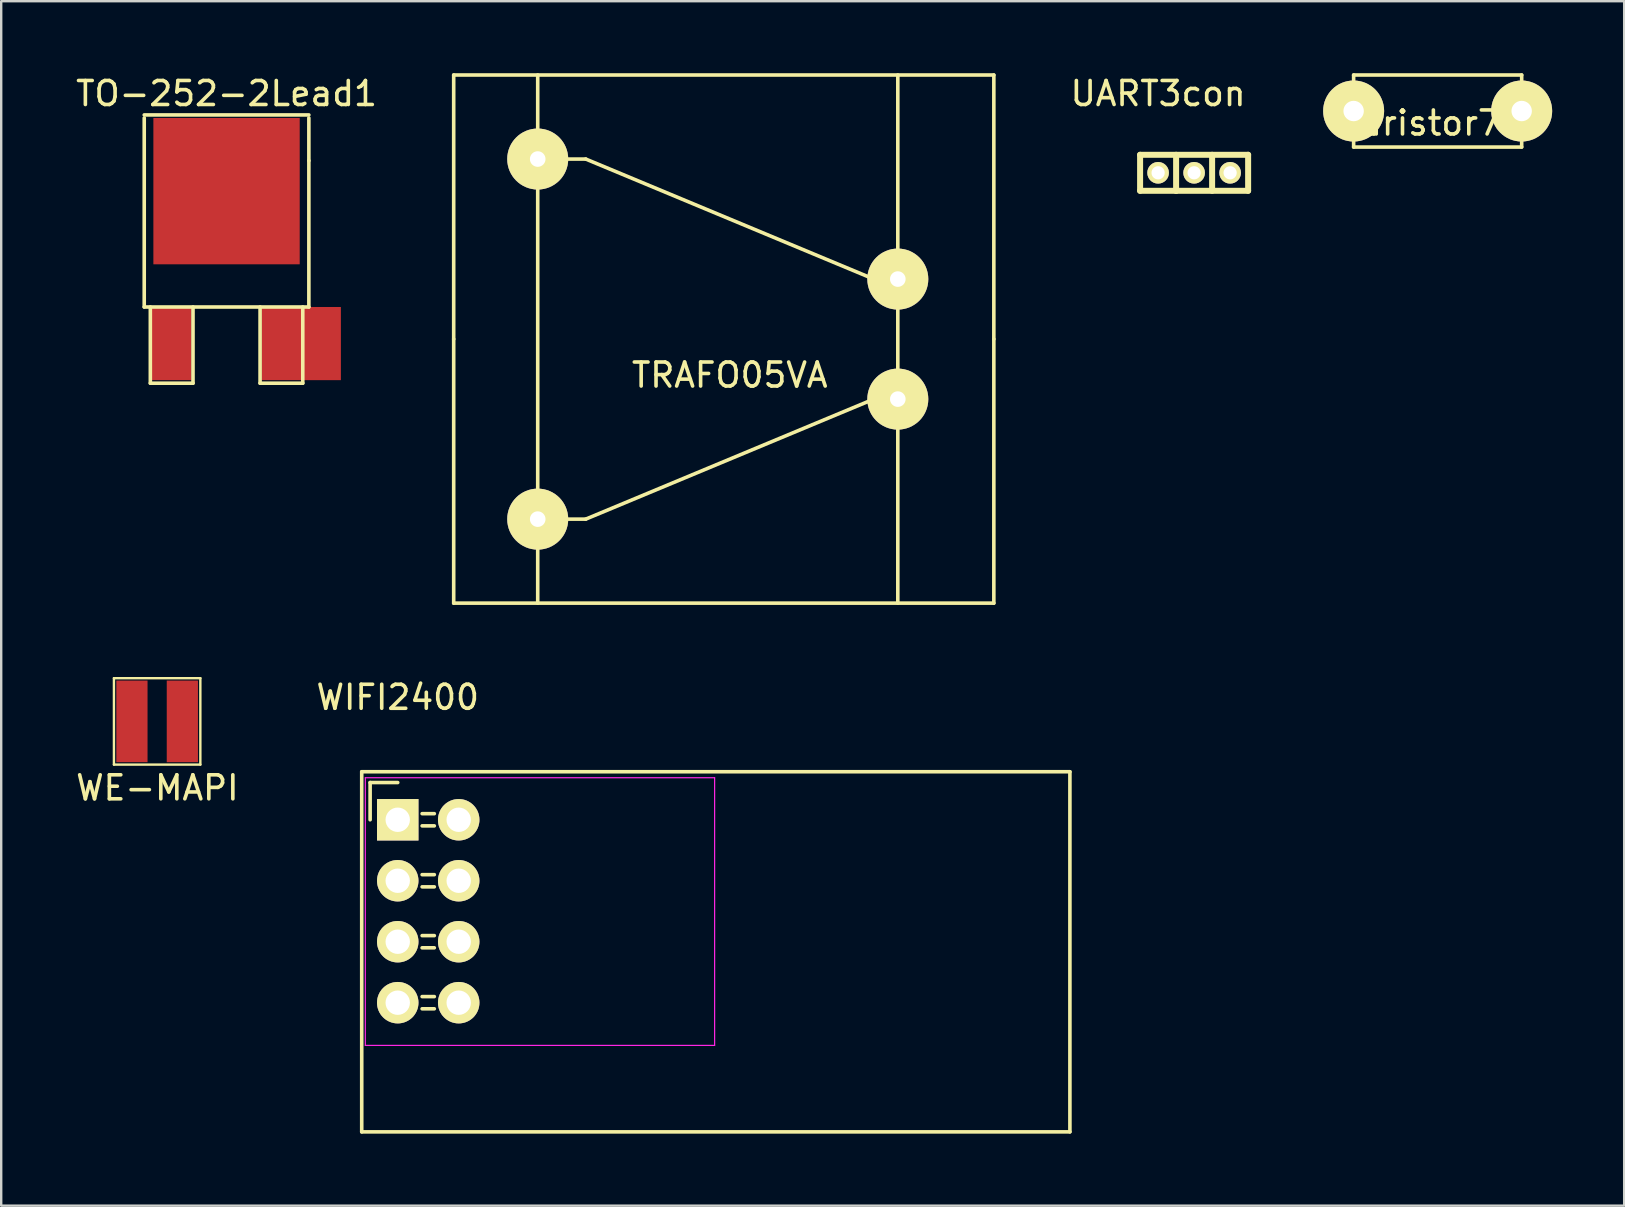
<source format=kicad_pcb>
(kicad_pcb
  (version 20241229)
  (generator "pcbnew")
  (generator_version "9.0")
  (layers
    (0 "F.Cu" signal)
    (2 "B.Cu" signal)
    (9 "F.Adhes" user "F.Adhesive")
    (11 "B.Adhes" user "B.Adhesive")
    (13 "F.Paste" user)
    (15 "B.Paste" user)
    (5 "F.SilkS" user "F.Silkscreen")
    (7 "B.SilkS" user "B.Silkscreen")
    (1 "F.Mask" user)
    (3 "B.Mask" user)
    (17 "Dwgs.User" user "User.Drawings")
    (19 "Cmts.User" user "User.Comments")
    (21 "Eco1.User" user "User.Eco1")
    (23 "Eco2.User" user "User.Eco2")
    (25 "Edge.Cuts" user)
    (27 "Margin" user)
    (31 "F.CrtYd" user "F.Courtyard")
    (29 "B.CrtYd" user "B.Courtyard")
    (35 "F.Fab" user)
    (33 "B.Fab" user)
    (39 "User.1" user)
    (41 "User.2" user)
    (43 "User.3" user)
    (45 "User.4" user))
  (footprint "Varistor75"
    (layer "F.Cu")
    (at 56.587 1.575)
    (property "Reference" "Varistor75" (at 0 0.5 0) (layer "F.SilkS") (effects (font (size 1 1) (thickness 0.15))))
    (attr through_hole)
    (fp_line (start -3.25 -1.5) (end -3.25 0) (stroke (width 0.15) (type solid)) (layer "F.SilkS"))
    (fp_line (start -3.25 0) (end -3.25 1.5) (stroke (width 0.15) (type solid)) (layer "F.SilkS"))
    (fp_line (start -3.25 1.5) (end 3.75 1.5) (stroke (width 0.15) (type solid)) (layer "F.SilkS"))
    (fp_line (start 3.75 -1.5) (end -3.25 -1.5) (stroke (width 0.15) (type solid)) (layer "F.SilkS"))
    (fp_line (start 3.75 0) (end 3.75 -1.5) (stroke (width 0.15) (type solid)) (layer "F.SilkS"))
    (fp_line (start 3.75 1.5) (end 3.75 0) (stroke (width 0.15) (type solid)) (layer "F.SilkS"))
    (pad "1" thru_hole circle (at -3.25 0) (size 2.54 2.54) (drill 0.85) (layers "*.Cu" "*.Mask" "F.SilkS"))
    (pad "2" thru_hole circle (at 3.75 0) (size 2.54 2.54) (drill 0.85) (layers "*.Cu" "*.Mask" "F.SilkS")))
  (footprint "WE-MAPI"
    (layer "F.Cu")
    (at 3.496 27)
    (property "Reference" "WE-MAPI" (at 0.01 2.77 0) (layer "F.SilkS") (effects (font (size 1 1) (thickness 0.15))))
    (attr through_hole)
    (fp_line (start -1.8 -1.8) (end 1.8 -1.8) (stroke (width 0.1) (type solid)) (layer "F.SilkS"))
    (fp_line (start -1.8 1.8) (end -1.8 -1.8) (stroke (width 0.1) (type solid)) (layer "F.SilkS"))
    (fp_line (start 1.8 -1.8) (end 1.8 1.8) (stroke (width 0.1) (type solid)) (layer "F.SilkS"))
    (fp_line (start 1.8 1.8) (end -1.8 1.8) (stroke (width 0.1) (type solid)) (layer "F.SilkS"))
    (pad "1" smd rect (at -1.05 0) (size 1.3 3.4) (layers "F.Cu" "F.Mask" "F.Paste"))
    (pad "2" smd rect (at 1.05 0) (size 1.3 3.4) (layers "F.Cu" "F.Mask" "F.Paste")))
  (footprint "WIFI2400"
    (layer "F.Cu")
    (at 13.518 31.098)
    (property "Reference" "WIFI2400" (at 0 -5.1 0) (layer "F.SilkS") (effects (font (size 1 1) (thickness 0.15))))
    (attr through_hole)
    (fp_line (start -1.5 -2) (end 28 -2) (stroke (width 0.15) (type solid)) (layer "F.SilkS"))
    (fp_line (start -1.5 13) (end -1.5 -2) (stroke (width 0.15) (type solid)) (layer "F.SilkS"))
    (fp_line (start -1.15 -1.55) (end -1.15 0) (stroke (width 0.15) (type solid)) (layer "F.SilkS"))
    (fp_line (start 0 -1.55) (end -1.15 -1.55) (stroke (width 0.15) (type solid)) (layer "F.SilkS"))
    (fp_line (start 1.524 -0.254) (end 1.016 -0.254) (stroke (width 0.15) (type solid)) (layer "F.SilkS"))
    (fp_line (start 1.524 0.254) (end 1.016 0.254) (stroke (width 0.15) (type solid)) (layer "F.SilkS"))
    (fp_line (start 1.524 2.286) (end 1.016 2.286) (stroke (width 0.15) (type solid)) (layer "F.SilkS"))
    (fp_line (start 1.524 2.794) (end 1.016 2.794) (stroke (width 0.15) (type solid)) (layer "F.SilkS"))
    (fp_line (start 1.524 4.826) (end 1.016 4.826) (stroke (width 0.15) (type solid)) (layer "F.SilkS"))
    (fp_line (start 1.524 5.334) (end 1.016 5.334) (stroke (width 0.15) (type solid)) (layer "F.SilkS"))
    (fp_line (start 1.524 7.366) (end 1.016 7.366) (stroke (width 0.15) (type solid)) (layer "F.SilkS"))
    (fp_line (start 1.524 7.874) (end 1.016 7.874) (stroke (width 0.15) (type solid)) (layer "F.SilkS"))
    (fp_line (start 28 -2) (end 28 13) (stroke (width 0.15) (type solid)) (layer "F.SilkS"))
    (fp_line (start 28 13) (end -1.5 13) (stroke (width 0.15) (type solid)) (layer "F.SilkS"))
    (fp_line (start -1.35 -1.75) (end -1.35 9.4) (stroke (width 0.05) (type solid)) (layer "F.CrtYd"))
    (fp_line (start -1.35 -1.75) (end 13.2 -1.75) (stroke (width 0.05) (type solid)) (layer "F.CrtYd"))
    (fp_line (start -1.35 9.4) (end 13.2 9.4) (stroke (width 0.05) (type solid)) (layer "F.CrtYd"))
    (fp_line (start 13.2 -1.75) (end 13.2 9.4) (stroke (width 0.05) (type solid)) (layer "F.CrtYd"))
    (pad "1" thru_hole rect (at 0 0) (size 1.727 1.727) (drill 1.016) (layers "*.Cu" "*.Mask" "F.SilkS"))
    (pad "2" thru_hole oval (at 2.54 0) (size 1.727 1.727) (drill 1.016) (layers "*.Cu" "*.Mask" "F.SilkS"))
    (pad "3" thru_hole oval (at 0 2.54) (size 1.727 1.727) (drill 1.016) (layers "*.Cu" "*.Mask" "F.SilkS"))
    (pad "4" thru_hole oval (at 2.54 2.54) (size 1.727 1.727) (drill 1.016) (layers "*.Cu" "*.Mask" "F.SilkS"))
    (pad "5" thru_hole oval (at 0 5.08) (size 1.727 1.727) (drill 1.016) (layers "*.Cu" "*.Mask" "F.SilkS"))
    (pad "6" thru_hole oval (at 2.54 5.08) (size 1.727 1.727) (drill 1.016) (layers "*.Cu" "*.Mask" "F.SilkS"))
    (pad "7" thru_hole oval (at 0 7.62) (size 1.727 1.727) (drill 1.016) (layers "*.Cu" "*.Mask" "F.SilkS"))
    (pad "8" thru_hole oval (at 2.54 7.62) (size 1.727 1.727) (drill 1.016) (layers "*.Cu" "*.Mask" "F.SilkS")))
  (footprint "UART3con"
    (layer "F.Cu")
    (at 45.192 4.148)
    (property "Reference" "UART3con" (at 0 -3.3 0) (layer "F.SilkS") (effects (font (size 1 1) (thickness 0.15))))
    (attr through_hole)
    (fp_line (start -0.75 -0.75) (end 3.75 -0.75) (stroke (width 0.25) (type solid)) (layer "F.SilkS"))
    (fp_line (start -0.75 0.75) (end -0.75 -0.75) (stroke (width 0.25) (type solid)) (layer "F.SilkS"))
    (fp_line (start 0.75 0.75) (end -0.75 0.75) (stroke (width 0.25) (type solid)) (layer "F.SilkS"))
    (fp_line (start 0.75 0.75) (end 0.75 -0.75) (stroke (width 0.25) (type solid)) (layer "F.SilkS"))
    (fp_line (start 2.25 -0.75) (end 2.25 0.75) (stroke (width 0.25) (type solid)) (layer "F.SilkS"))
    (fp_line (start 3.75 -0.75) (end 3.75 0.75) (stroke (width 0.25) (type solid)) (layer "F.SilkS"))
    (fp_line (start 3.75 0.75) (end 0.75 0.75) (stroke (width 0.25) (type solid)) (layer "F.SilkS"))
    (pad "1" thru_hole circle (at 0 0) (size 0.9 0.9) (drill 0.55) (layers "*.Cu" "*.Mask" "F.SilkS"))
    (pad "2" thru_hole circle (at 1.5 0) (size 0.9 0.9) (drill 0.55) (layers "*.Cu" "*.Mask" "F.SilkS"))
    (pad "3" thru_hole circle (at 3 0) (size 0.9 0.9) (drill 0.55) (layers "*.Cu" "*.Mask" "F.SilkS")))
  (footprint "TO-252-2Lead1"
    (layer "F.Cu")
    (at 6.387 11.262)
    (property "Reference" "TO-252-2Lead1" (at 0 -10.414 0) (layer "F.SilkS") (effects (font (size 1 1) (thickness 0.15))))
    (attr smd)
    (fp_line (start -3.429 -9.525) (end 3.429 -9.525) (stroke (width 0.15) (type solid)) (layer "F.SilkS"))
    (fp_line (start -3.429 -1.524) (end -3.429 -9.398) (stroke (width 0.15) (type solid)) (layer "F.SilkS"))
    (fp_line (start -3.175 -1.524) (end -3.175 1.651) (stroke (width 0.15) (type solid)) (layer "F.SilkS"))
    (fp_line (start -3.175 1.651) (end -1.397 1.651) (stroke (width 0.15) (type solid)) (layer "F.SilkS"))
    (fp_line (start -1.397 1.651) (end -1.397 -1.524) (stroke (width 0.15) (type solid)) (layer "F.SilkS"))
    (fp_line (start 1.397 -1.524) (end 1.397 1.651) (stroke (width 0.15) (type solid)) (layer "F.SilkS"))
    (fp_line (start 1.397 1.651) (end 3.175 1.651) (stroke (width 0.15) (type solid)) (layer "F.SilkS"))
    (fp_line (start 3.175 1.651) (end 3.175 -1.524) (stroke (width 0.15) (type solid)) (layer "F.SilkS"))
    (fp_line (start 3.429 -9.398) (end 3.429 -7.62) (stroke (width 0.15) (type solid)) (layer "F.SilkS"))
    (fp_line (start 3.429 -7.62) (end 3.429 -1.524) (stroke (width 0.15) (type solid)) (layer "F.SilkS"))
    (fp_line (start 3.429 -1.524) (end -3.429 -1.524) (stroke (width 0.15) (type solid)) (layer "F.SilkS"))
    (pad "1" smd rect (at -2.286 0) (size 1.651 3.048) (layers "F.Cu" "F.Mask" "F.Paste"))
    (pad "2" smd rect (at 0 -6.35) (size 6.096 6.096) (layers "F.Cu" "F.Mask" "F.Paste"))
    (pad "3" smd rect (at 3.112 0) (size 3.302 3.048) (layers "F.Cu" "F.Mask" "F.Paste")))
  (footprint "TRAFO05VA"
    (layer "F.Cu")
    (at 27.349 11.075)
    (property "Reference" "TRAFO05VA" (at 0 1.5 0) (layer "F.SilkS") (effects (font (size 1 1) (thickness 0.15))))
    (attr through_hole)
    (fp_line (start -11.5 -11) (end -11.5 0) (stroke (width 0.15) (type solid)) (layer "F.SilkS"))
    (fp_line (start -11.5 -11) (end 11 -11) (stroke (width 0.15) (type solid)) (layer "F.SilkS"))
    (fp_line (start -11.5 0) (end -11.5 11) (stroke (width 0.15) (type solid)) (layer "F.SilkS"))
    (fp_line (start -11.5 11) (end 11 11) (stroke (width 0.15) (type solid)) (layer "F.SilkS"))
    (fp_line (start -8 -7.5) (end -6 -7.5) (stroke (width 0.15) (type solid)) (layer "F.SilkS"))
    (fp_line (start -8 7.5) (end -6 7.5) (stroke (width 0.15) (type solid)) (layer "F.SilkS"))
    (fp_line (start -8 11) (end -8 -11) (stroke (width 0.15) (type solid)) (layer "F.SilkS"))
    (fp_line (start -6 7.5) (end 6 2.5) (stroke (width 0.15) (type solid)) (layer "F.SilkS"))
    (fp_line (start 6 -2.5) (end -6 -7.5) (stroke (width 0.15) (type solid)) (layer "F.SilkS"))
    (fp_line (start 7 -2.5) (end 6 -2.5) (stroke (width 0.15) (type solid)) (layer "F.SilkS"))
    (fp_line (start 7 2.5) (end 6 2.5) (stroke (width 0.15) (type solid)) (layer "F.SilkS"))
    (fp_line (start 7 11) (end 7 -11) (stroke (width 0.15) (type solid)) (layer "F.SilkS"))
    (fp_line (start 11 0) (end 11 -11) (stroke (width 0.15) (type solid)) (layer "F.SilkS"))
    (fp_line (start 11 11) (end 11 0) (stroke (width 0.15) (type solid)) (layer "F.SilkS"))
    (pad "1" thru_hole circle (at -8 -7.5) (size 2.54 2.54) (drill 0.65) (layers "*.Cu" "*.Mask" "F.SilkS"))
    (pad "2" thru_hole circle (at -8 7.5) (size 2.54 2.54) (drill 0.65) (layers "*.Cu" "*.Mask" "F.SilkS"))
    (pad "3" thru_hole circle (at 7 2.5) (size 2.54 2.54) (drill 0.65) (layers "*.Cu" "*.Mask" "F.SilkS"))
    (pad "4" thru_hole circle (at 7 -2.5) (size 2.54 2.54) (drill 0.65) (layers "*.Cu" "*.Mask" "F.SilkS")))
  (gr_rect
    (start -3 -3)
    (end 64.607 47.173)
    (stroke (width 0.1) (type default))
    (fill no)
    (layer "Edge.Cuts")))
</source>
